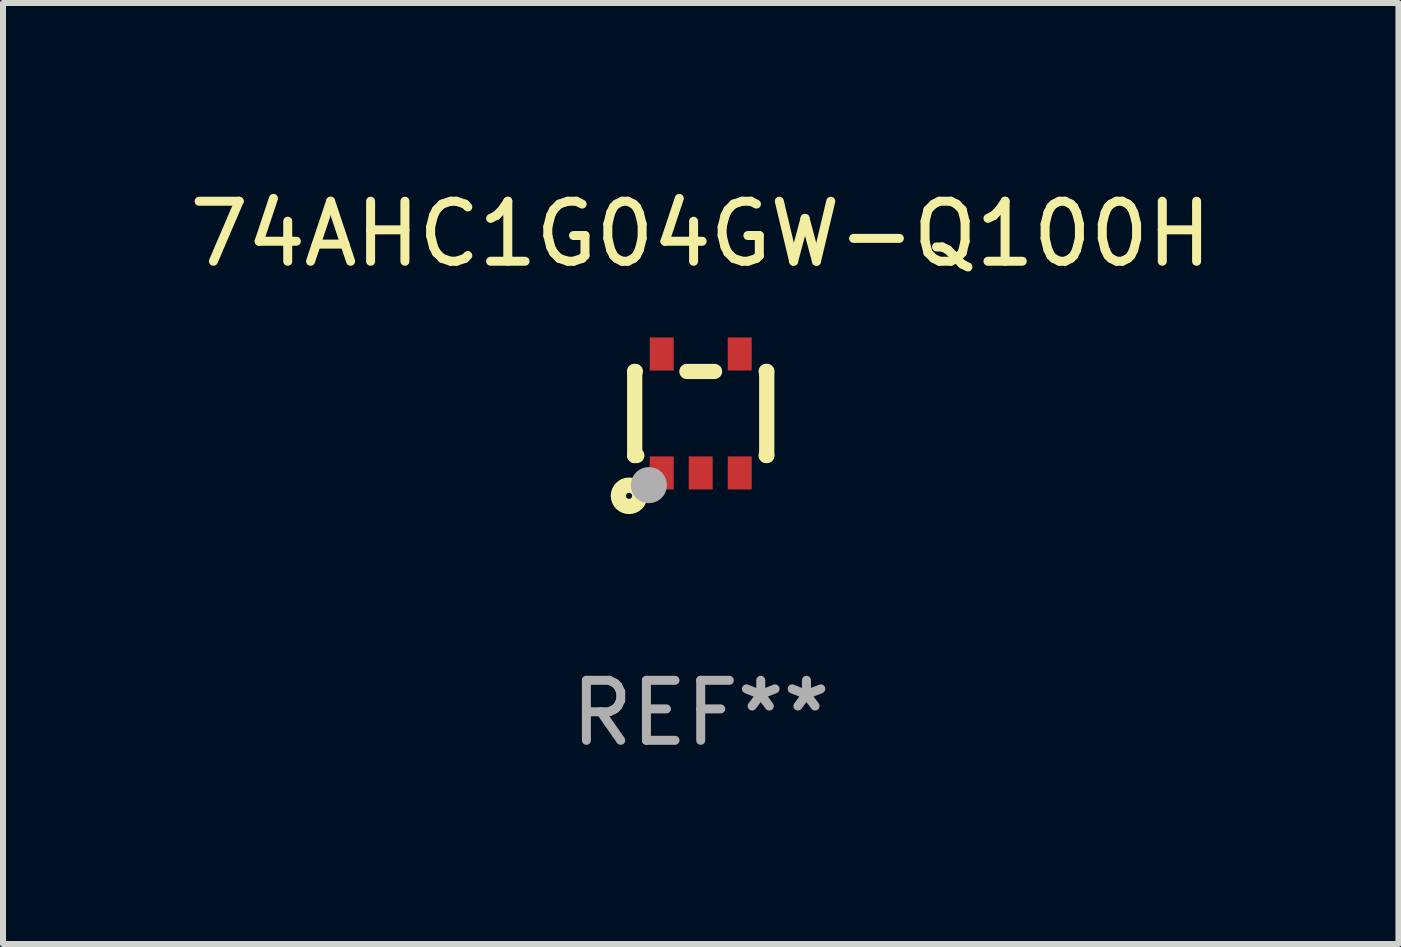
<source format=kicad_pcb>
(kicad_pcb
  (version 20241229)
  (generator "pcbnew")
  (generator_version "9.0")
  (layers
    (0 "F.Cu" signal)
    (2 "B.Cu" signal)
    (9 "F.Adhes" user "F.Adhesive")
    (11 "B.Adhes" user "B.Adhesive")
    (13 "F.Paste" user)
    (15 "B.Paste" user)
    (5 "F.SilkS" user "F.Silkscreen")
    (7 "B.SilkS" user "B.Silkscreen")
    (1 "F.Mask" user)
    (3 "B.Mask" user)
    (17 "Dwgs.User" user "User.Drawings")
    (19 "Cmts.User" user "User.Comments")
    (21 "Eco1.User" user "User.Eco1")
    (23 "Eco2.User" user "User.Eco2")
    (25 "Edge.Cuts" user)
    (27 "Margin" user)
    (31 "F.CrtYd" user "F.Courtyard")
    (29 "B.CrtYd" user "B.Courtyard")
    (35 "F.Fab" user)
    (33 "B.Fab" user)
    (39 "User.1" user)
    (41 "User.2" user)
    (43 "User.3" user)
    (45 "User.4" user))
  (footprint "74AHC1G04GW-Q100H"
    (layer "F.Cu")
    (at 8.625 3.839)
    (property "Reference" "74AHC1G04GW-Q100H" (at 0 -2.991 0) (layer "F.SilkS") (effects (font (size 1 1) (thickness 0.15))))
    (attr through_hole)
    (fp_line (start -1.1 -0.7) (end -1.1 0.7) (stroke (width 0.254) (type solid)) (layer "F.SilkS"))
    (fp_line (start -1.1 -0.7) (end -1.09 -0.7) (stroke (width 0.254) (type solid)) (layer "F.SilkS"))
    (fp_line (start -1.1 0.7) (end -1.065 0.7) (stroke (width 0.254) (type solid)) (layer "F.SilkS"))
    (fp_line (start -0.23 -0.7) (end 0.23 -0.7) (stroke (width 0.254) (type solid)) (layer "F.SilkS"))
    (fp_line (start 1.09 -0.7) (end 1.1 -0.7) (stroke (width 0.254) (type solid)) (layer "F.SilkS"))
    (fp_line (start 1.09 0.7) (end 1.1 0.7) (stroke (width 0.254) (type solid)) (layer "F.SilkS"))
    (fp_line (start 1.1 -0.7) (end 1.1 0.7) (stroke (width 0.254) (type solid)) (layer "F.SilkS"))
    (fp_circle (center -1.194 1.372) (end -1.143 1.372) (stroke (width 0.254) (type solid)) (fill no) (layer "F.SilkS"))
    (fp_circle (center -1.05 1.063) (end -1.02 1.063) (stroke (width 0.06) (type solid)) (fill no) (layer "F.SilkS"))
    (fp_circle (center -0.864 1.194) (end -0.713 1.194) (stroke (width 0.3) (type solid)) (fill no) (layer "F.Fab"))
    (fp_text user "REF**" (at 0 4.991 0) (layer "F.Fab") (effects (font (size 1 1) (thickness 0.15))))
    (pad "1" smd rect (at -0.65 0.991 180) (size 0.399 0.551) (layers "F.Cu" "F.Mask" "F.Paste"))
    (pad "2" smd rect (at 0 0.991 180) (size 0.399 0.551) (layers "F.Cu" "F.Mask" "F.Paste"))
    (pad "3" smd rect (at 0.65 0.991 180) (size 0.399 0.551) (layers "F.Cu" "F.Mask" "F.Paste"))
    (pad "4" smd rect (at 0.65 -0.991 180) (size 0.399 0.551) (layers "F.Cu" "F.Mask" "F.Paste"))
    (pad "5" smd rect (at -0.65 -0.991 180) (size 0.399 0.551) (layers "F.Cu" "F.Mask" "F.Paste")))
  (gr_rect
    (start -3 -3)
    (end 20.25 12.678)
    (stroke (width 0.1) (type default))
    (fill no)
    (layer "Edge.Cuts")))
</source>
